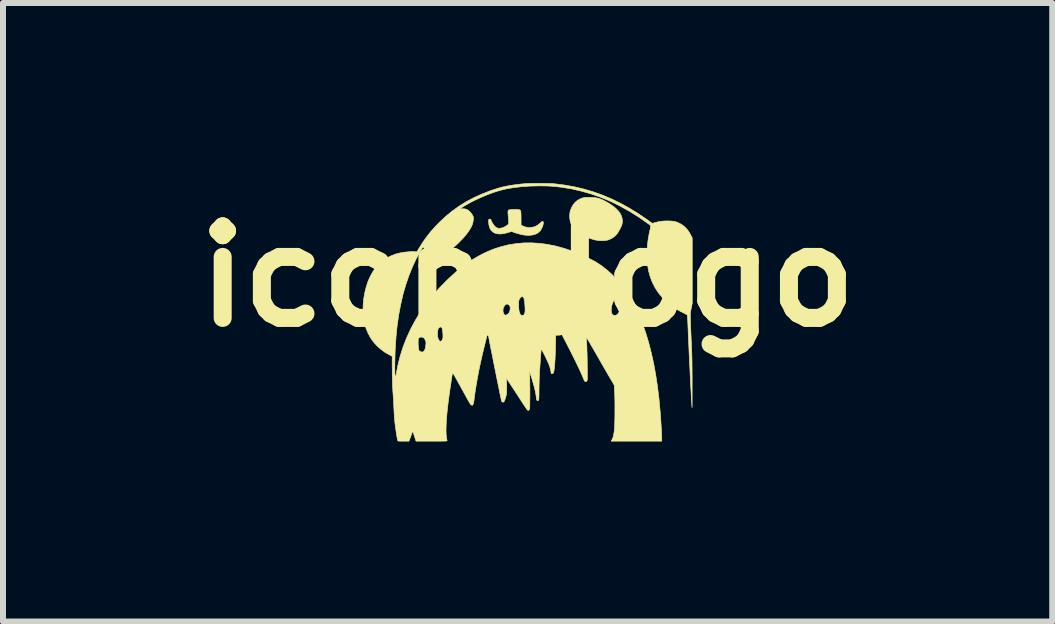
<source format=kicad_pcb>
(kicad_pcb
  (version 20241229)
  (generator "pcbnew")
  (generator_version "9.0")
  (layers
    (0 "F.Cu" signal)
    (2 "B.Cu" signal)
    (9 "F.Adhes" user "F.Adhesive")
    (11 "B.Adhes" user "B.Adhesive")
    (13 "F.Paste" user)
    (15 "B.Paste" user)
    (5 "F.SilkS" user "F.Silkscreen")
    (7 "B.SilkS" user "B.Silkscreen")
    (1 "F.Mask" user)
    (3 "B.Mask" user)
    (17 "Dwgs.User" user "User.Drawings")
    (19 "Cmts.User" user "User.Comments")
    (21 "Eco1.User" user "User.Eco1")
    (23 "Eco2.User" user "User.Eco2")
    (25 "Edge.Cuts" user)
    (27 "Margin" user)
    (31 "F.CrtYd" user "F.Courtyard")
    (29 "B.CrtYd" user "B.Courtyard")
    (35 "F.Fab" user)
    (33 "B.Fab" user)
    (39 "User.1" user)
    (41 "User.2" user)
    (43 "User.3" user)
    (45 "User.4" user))
  (footprint "icon_logo"
    (layer "F.Cu")
    (at 5.74 1.557)
    (property "Reference" "icon_logo" (at 0 0 0) (layer "F.SilkS") (effects (font (size 1.524 1.524) (thickness 0.3))))
    (attr through_hole)
    (fp_poly (pts (xy 1.077 -1.317) (xy 1.122 -1.314) (xy 1.163 -1.307) (xy 1.201 -1.296) (xy 1.238 -1.282) (xy 1.278 -1.263) (xy 1.279 -1.262) (xy 1.351 -1.222) (xy 1.413 -1.181) (xy 1.466 -1.139) (xy 1.508 -1.096) (xy 1.541 -1.053) (xy 1.564 -1.009) (xy 1.576 -0.963) (xy 1.58 -0.917) (xy 1.574 -0.874) (xy 1.569 -0.856) (xy 1.558 -0.832) (xy 1.545 -0.804) (xy 1.53 -0.775) (xy 1.514 -0.748) (xy 1.499 -0.724) (xy 1.487 -0.708) (xy 1.448 -0.667) (xy 1.403 -0.636) (xy 1.354 -0.614) (xy 1.333 -0.607) (xy 1.3 -0.601) (xy 1.261 -0.597) (xy 1.219 -0.597) (xy 1.179 -0.6) (xy 1.163 -0.602) (xy 1.118 -0.611) (xy 1.067 -0.626) (xy 1.012 -0.645) (xy 0.955 -0.669) (xy 0.933 -0.679) (xy 0.898 -0.695) (xy 0.871 -0.708) (xy 0.849 -0.721) (xy 0.831 -0.733) (xy 0.814 -0.747) (xy 0.796 -0.763) (xy 0.789 -0.77) (xy 0.757 -0.81) (xy 0.731 -0.856) (xy 0.713 -0.908) (xy 0.703 -0.964) (xy 0.701 -1.005) (xy 0.703 -1.046) (xy 0.708 -1.082) (xy 0.719 -1.116) (xy 0.734 -1.151) (xy 0.761 -1.198) (xy 0.793 -1.237) (xy 0.83 -1.268) (xy 0.874 -1.293) (xy 0.903 -1.304) (xy 0.918 -1.309) (xy 0.932 -1.313) (xy 0.947 -1.316) (xy 0.964 -1.317) (xy 0.985 -1.318) (xy 1.014 -1.318) (xy 1.024 -1.318) (xy 1.077 -1.317)) (stroke (width 0.01) (type solid)) (fill yes) (layer "F.SilkS"))
    (fp_poly (pts (xy -0.199 -1.117) (xy -0.173 -1.116) (xy -0.153 -1.115) (xy -0.15 -1.114) (xy -0.138 -1.112) (xy -0.129 -1.109) (xy -0.122 -1.104) (xy -0.117 -1.096) (xy -0.113 -1.082) (xy -0.111 -1.064) (xy -0.11 -1.038) (xy -0.109 -1.004) (xy -0.109 -0.971) (xy -0.108 -0.856) (xy -0.086 -0.845) (xy -0.038 -0.826) (xy 0.011 -0.816) (xy 0.059 -0.817) (xy 0.107 -0.827) (xy 0.131 -0.836) (xy 0.15 -0.846) (xy 0.173 -0.861) (xy 0.196 -0.878) (xy 0.216 -0.895) (xy 0.23 -0.909) (xy 0.242 -0.918) (xy 0.253 -0.917) (xy 0.259 -0.912) (xy 0.263 -0.9) (xy 0.262 -0.882) (xy 0.257 -0.859) (xy 0.249 -0.833) (xy 0.237 -0.807) (xy 0.224 -0.782) (xy 0.21 -0.761) (xy 0.199 -0.749) (xy 0.166 -0.723) (xy 0.125 -0.703) (xy 0.078 -0.691) (xy 0.025 -0.686) (xy -0.034 -0.688) (xy -0.076 -0.694) (xy -0.1 -0.699) (xy -0.128 -0.706) (xy -0.158 -0.714) (xy -0.189 -0.723) (xy -0.217 -0.732) (xy -0.239 -0.74) (xy -0.252 -0.745) (xy -0.261 -0.748) (xy -0.269 -0.749) (xy -0.28 -0.747) (xy -0.297 -0.742) (xy -0.306 -0.739) (xy -0.369 -0.721) (xy -0.425 -0.711) (xy -0.475 -0.709) (xy -0.519 -0.714) (xy -0.556 -0.728) (xy -0.588 -0.749) (xy -0.613 -0.778) (xy -0.625 -0.798) (xy -0.635 -0.823) (xy -0.643 -0.854) (xy -0.648 -0.888) (xy -0.65 -0.918) (xy -0.65 -0.936) (xy -0.648 -0.947) (xy -0.643 -0.953) (xy -0.64 -0.955) (xy -0.628 -0.957) (xy -0.617 -0.954) (xy -0.61 -0.946) (xy -0.61 -0.943) (xy -0.607 -0.932) (xy -0.599 -0.915) (xy -0.588 -0.895) (xy -0.576 -0.875) (xy -0.563 -0.856) (xy -0.551 -0.842) (xy -0.529 -0.822) (xy -0.508 -0.81) (xy -0.486 -0.804) (xy -0.46 -0.804) (xy -0.457 -0.804) (xy -0.425 -0.81) (xy -0.391 -0.823) (xy -0.357 -0.842) (xy -0.334 -0.859) (xy -0.323 -0.868) (xy -0.318 -0.876) (xy -0.315 -0.887) (xy -0.315 -0.904) (xy -0.315 -0.906) (xy -0.316 -0.923) (xy -0.317 -0.947) (xy -0.319 -0.975) (xy -0.322 -1.004) (xy -0.323 -1.01) (xy -0.326 -1.044) (xy -0.327 -1.069) (xy -0.326 -1.087) (xy -0.323 -1.099) (xy -0.317 -1.107) (xy -0.307 -1.111) (xy -0.297 -1.113) (xy -0.28 -1.115) (xy -0.256 -1.117) (xy -0.228 -1.117) (xy -0.199 -1.117)) (stroke (width 0.01) (type solid)) (fill yes) (layer "F.SilkS"))
    (fp_poly (pts (xy 0.235 -1.552) (xy 0.286 -1.551) (xy 0.333 -1.55) (xy 0.376 -1.549) (xy 0.413 -1.548) (xy 0.442 -1.546) (xy 0.45 -1.545) (xy 0.616 -1.524) (xy 0.779 -1.495) (xy 0.938 -1.457) (xy 1.094 -1.411) (xy 1.247 -1.357) (xy 1.398 -1.293) (xy 1.548 -1.22) (xy 1.697 -1.138) (xy 1.846 -1.046) (xy 1.995 -0.945) (xy 2.018 -0.928) (xy 2.078 -0.885) (xy 2.11 -0.895) (xy 2.171 -0.911) (xy 2.23 -0.921) (xy 2.293 -0.926) (xy 2.334 -0.926) (xy 2.38 -0.925) (xy 2.418 -0.922) (xy 2.451 -0.917) (xy 2.481 -0.908) (xy 2.512 -0.895) (xy 2.53 -0.887) (xy 2.58 -0.858) (xy 2.623 -0.823) (xy 2.661 -0.782) (xy 2.695 -0.734) (xy 2.721 -0.686) (xy 2.743 -0.641) (xy 2.743 0.446) (xy 2.727 0.527) (xy 2.72 0.558) (xy 2.716 0.583) (xy 2.713 0.604) (xy 2.712 0.626) (xy 2.711 0.651) (xy 2.711 0.681) (xy 2.711 0.693) (xy 2.712 0.715) (xy 2.713 0.746) (xy 2.714 0.784) (xy 2.716 0.829) (xy 2.718 0.878) (xy 2.72 0.931) (xy 2.723 0.986) (xy 2.725 1.041) (xy 2.726 1.059) (xy 2.729 1.112) (xy 2.731 1.161) (xy 2.733 1.206) (xy 2.734 1.249) (xy 2.736 1.29) (xy 2.737 1.333) (xy 2.738 1.376) (xy 2.739 1.422) (xy 2.739 1.472) (xy 2.74 1.527) (xy 2.74 1.588) (xy 2.741 1.656) (xy 2.741 1.732) (xy 2.741 1.768) (xy 2.741 1.833) (xy 2.741 1.894) (xy 2.741 1.951) (xy 2.741 2.004) (xy 2.741 2.052) (xy 2.741 2.093) (xy 2.741 2.128) (xy 2.741 2.155) (xy 2.741 2.173) (xy 2.74 2.183) (xy 2.74 2.184) (xy 2.739 2.172) (xy 2.737 2.151) (xy 2.735 2.12) (xy 2.733 2.082) (xy 2.73 2.036) (xy 2.727 1.984) (xy 2.724 1.926) (xy 2.72 1.862) (xy 2.717 1.795) (xy 2.713 1.723) (xy 2.709 1.648) (xy 2.706 1.571) (xy 2.702 1.492) (xy 2.698 1.412) (xy 2.694 1.332) (xy 2.69 1.252) (xy 2.687 1.174) (xy 2.683 1.097) (xy 2.68 1.023) (xy 2.68 1.013) (xy 2.677 0.957) (xy 2.675 0.903) (xy 2.673 0.852) (xy 2.671 0.806) (xy 2.669 0.764) (xy 2.667 0.729) (xy 2.665 0.701) (xy 2.664 0.681) (xy 2.663 0.671) (xy 2.659 0.638) (xy 2.588 0.602) (xy 2.559 0.587) (xy 2.529 0.571) (xy 2.502 0.555) (xy 2.479 0.542) (xy 2.474 0.539) (xy 2.387 0.479) (xy 2.308 0.414) (xy 2.238 0.343) (xy 2.176 0.267) (xy 2.124 0.186) (xy 2.079 0.099) (xy 2.044 0.008) (xy 2.017 -0.089) (xy 1.999 -0.191) (xy 1.99 -0.298) (xy 1.989 -0.411) (xy 1.997 -0.528) (xy 2.009 -0.622) (xy 2.015 -0.656) (xy 2.021 -0.691) (xy 2.027 -0.724) (xy 2.033 -0.753) (xy 2.035 -0.759) (xy 2.042 -0.79) (xy 2.047 -0.813) (xy 2.05 -0.83) (xy 2.049 -0.841) (xy 2.045 -0.851) (xy 2.037 -0.859) (xy 2.025 -0.869) (xy 2.008 -0.881) (xy 2.005 -0.883) (xy 1.853 -0.99) (xy 1.699 -1.086) (xy 1.543 -1.173) (xy 1.385 -1.251) (xy 1.225 -1.318) (xy 1.063 -1.375) (xy 0.899 -1.422) (xy 0.734 -1.46) (xy 0.567 -1.487) (xy 0.558 -1.488) (xy 0.499 -1.495) (xy 0.444 -1.501) (xy 0.392 -1.505) (xy 0.338 -1.508) (xy 0.281 -1.509) (xy 0.217 -1.51) (xy 0.193 -1.51) (xy 0.048 -1.507) (xy -0.091 -1.498) (xy -0.226 -1.482) (xy -0.328 -1.466) (xy -0.4 -1.45) (xy -0.479 -1.429) (xy -0.562 -1.403) (xy -0.647 -1.372) (xy -0.734 -1.337) (xy -0.82 -1.299) (xy -0.904 -1.259) (xy -0.983 -1.217) (xy -1.041 -1.184) (xy -1.072 -1.165) (xy -1.094 -1.151) (xy -1.109 -1.142) (xy -1.116 -1.135) (xy -1.117 -1.131) (xy -1.111 -1.129) (xy -1.099 -1.128) (xy -1.082 -1.128) (xy -1.081 -1.129) (xy -1.056 -1.128) (xy -1.036 -1.125) (xy -1.019 -1.12) (xy -1.012 -1.118) (xy -0.988 -1.103) (xy -0.963 -1.081) (xy -0.939 -1.054) (xy -0.92 -1.025) (xy -0.916 -1.018) (xy -0.909 -1.003) (xy -0.904 -0.991) (xy -0.903 -0.979) (xy -0.903 -0.963) (xy -0.904 -0.947) (xy -0.91 -0.907) (xy -0.921 -0.867) (xy -0.938 -0.828) (xy -0.961 -0.787) (xy -0.99 -0.743) (xy -1.026 -0.696) (xy -1.07 -0.644) (xy -1.081 -0.632) (xy -1.155 -0.556) (xy -1.229 -0.489) (xy -1.304 -0.433) (xy -1.319 -0.423) (xy -1.365 -0.396) (xy -1.408 -0.376) (xy -1.448 -0.363) (xy -1.489 -0.357) (xy -1.527 -0.357) (xy -1.551 -0.358) (xy -1.57 -0.361) (xy -1.588 -0.366) (xy -1.608 -0.375) (xy -1.612 -0.377) (xy -1.648 -0.399) (xy -1.683 -0.426) (xy -1.714 -0.458) (xy -1.725 -0.473) (xy -1.734 -0.485) (xy -1.741 -0.489) (xy -1.745 -0.487) (xy -1.751 -0.481) (xy -1.759 -0.468) (xy -1.771 -0.449) (xy -1.782 -0.43) (xy -1.855 -0.297) (xy -1.92 -0.157) (xy -1.979 -0.011) (xy -2.031 0.142) (xy -2.077 0.302) (xy -2.115 0.469) (xy -2.148 0.644) (xy -2.174 0.826) (xy -2.189 0.973) (xy -2.193 1.024) (xy -2.197 1.078) (xy -2.201 1.135) (xy -2.204 1.193) (xy -2.207 1.251) (xy -2.209 1.309) (xy -2.21 1.366) (xy -2.212 1.42) (xy -2.212 1.472) (xy -2.213 1.519) (xy -2.212 1.562) (xy -2.212 1.599) (xy -2.21 1.629) (xy -2.208 1.652) (xy -2.205 1.667) (xy -2.202 1.672) (xy -2.199 1.668) (xy -2.195 1.656) (xy -2.193 1.648) (xy -2.163 1.487) (xy -2.124 1.33) (xy -2.075 1.175) (xy -2.041 1.087) (xy -1.823 1.087) (xy -1.823 1.097) (xy -1.823 1.129) (xy -1.821 1.16) (xy -1.818 1.188) (xy -1.814 1.212) (xy -1.81 1.23) (xy -1.805 1.24) (xy -1.805 1.24) (xy -1.798 1.244) (xy -1.784 1.25) (xy -1.77 1.256) (xy -1.758 1.259) (xy -1.755 1.259) (xy -1.747 1.257) (xy -1.736 1.25) (xy -1.735 1.249) (xy -1.721 1.235) (xy -1.711 1.215) (xy -1.703 1.19) (xy -1.698 1.155) (xy -1.697 1.149) (xy -1.694 1.123) (xy -1.693 1.105) (xy -1.694 1.092) (xy -1.697 1.079) (xy -1.699 1.071) (xy -1.713 1.043) (xy -1.73 1.022) (xy -1.751 1.011) (xy -1.774 1.008) (xy -1.786 1.01) (xy -1.801 1.015) (xy -1.811 1.021) (xy -1.817 1.029) (xy -1.821 1.042) (xy -1.823 1.06) (xy -1.823 1.087) (xy -2.041 1.087) (xy -2.016 1.023) (xy -1.986 0.958) (xy -1.502 0.958) (xy -1.5 0.994) (xy -1.493 1.026) (xy -1.483 1.052) (xy -1.481 1.055) (xy -1.469 1.072) (xy -1.461 1.082) (xy -1.454 1.084) (xy -1.446 1.08) (xy -1.434 1.07) (xy -1.432 1.068) (xy -1.421 1.055) (xy -1.414 1.037) (xy -1.41 1.013) (xy -1.41 0.982) (xy -1.412 0.943) (xy -1.412 0.942) (xy -1.416 0.905) (xy -1.42 0.877) (xy -1.426 0.858) (xy -1.434 0.846) (xy -1.444 0.841) (xy -1.456 0.842) (xy -1.466 0.846) (xy -1.476 0.851) (xy -1.484 0.86) (xy -1.49 0.873) (xy -1.495 0.892) (xy -1.499 0.919) (xy -1.499 0.921) (xy -1.502 0.958) (xy -1.986 0.958) (xy -1.948 0.874) (xy -1.87 0.729) (xy -1.783 0.589) (xy -1.772 0.572) (xy -0.41 0.572) (xy -0.405 0.602) (xy -0.394 0.625) (xy -0.383 0.639) (xy -0.372 0.645) (xy -0.36 0.642) (xy -0.357 0.641) (xy -0.345 0.635) (xy -0.335 0.63) (xy -0.318 0.617) (xy -0.304 0.596) (xy -0.295 0.569) (xy -0.29 0.539) (xy -0.291 0.512) (xy -0.295 0.494) (xy -0.302 0.481) (xy -0.311 0.472) (xy -0.33 0.46) (xy -0.348 0.459) (xy -0.367 0.468) (xy -0.38 0.481) (xy -0.398 0.509) (xy -0.408 0.54) (xy -0.41 0.572) (xy -1.772 0.572) (xy -1.691 0.456) (xy -1.678 0.44) (xy -0.149 0.44) (xy -0.149 0.465) (xy -0.148 0.483) (xy -0.148 0.516) (xy -0.146 0.542) (xy -0.144 0.561) (xy -0.141 0.577) (xy -0.137 0.591) (xy -0.137 0.592) (xy -0.128 0.617) (xy -0.119 0.633) (xy -0.11 0.642) (xy -0.099 0.646) (xy -0.098 0.647) (xy -0.087 0.648) (xy -0.081 0.649) (xy -0.075 0.647) (xy -0.065 0.641) (xy -0.065 0.64) (xy -0.056 0.631) (xy -0.049 0.618) (xy -0.045 0.6) (xy -0.043 0.583) (xy 1.394 0.583) (xy 1.4 0.611) (xy 1.412 0.631) (xy 1.429 0.643) (xy 1.443 0.648) (xy 1.454 0.649) (xy 1.467 0.647) (xy 1.478 0.642) (xy 1.497 0.63) (xy 1.514 0.609) (xy 1.53 0.582) (xy 1.543 0.55) (xy 1.554 0.515) (xy 1.561 0.479) (xy 1.563 0.444) (xy 1.561 0.411) (xy 1.56 0.404) (xy 1.556 0.386) (xy 1.554 0.37) (xy 1.553 0.363) (xy 1.547 0.348) (xy 1.536 0.341) (xy 1.518 0.341) (xy 1.494 0.349) (xy 1.493 0.35) (xy 1.47 0.363) (xy 1.45 0.381) (xy 1.433 0.407) (xy 1.425 0.422) (xy 1.413 0.448) (xy 1.405 0.476) (xy 1.398 0.507) (xy 1.394 0.544) (xy 1.394 0.547) (xy 1.394 0.583) (xy -0.043 0.583) (xy -0.042 0.576) (xy -0.042 0.546) (xy -0.043 0.508) (xy -0.046 0.462) (xy -0.05 0.422) (xy -0.054 0.396) (xy -0.059 0.372) (xy -0.066 0.353) (xy -0.074 0.34) (xy -0.082 0.335) (xy -0.082 0.335) (xy -0.103 0.339) (xy -0.12 0.351) (xy -0.134 0.372) (xy -0.136 0.375) (xy -0.141 0.387) (xy -0.145 0.397) (xy -0.147 0.407) (xy -0.148 0.421) (xy -0.149 0.44) (xy -1.678 0.44) (xy -1.584 0.32) (xy -1.467 0.188) (xy -1.341 0.059) (xy -1.207 -0.065) (xy -1.14 -0.122) (xy -1.072 -0.177) (xy -0.996 -0.231) (xy -0.915 -0.283) (xy -0.831 -0.333) (xy -0.747 -0.378) (xy -0.664 -0.417) (xy -0.585 -0.45) (xy -0.576 -0.454) (xy -0.45 -0.495) (xy -0.323 -0.527) (xy -0.195 -0.548) (xy -0.065 -0.56) (xy 0.066 -0.561) (xy 0.199 -0.553) (xy 0.334 -0.535) (xy 0.471 -0.507) (xy 0.61 -0.469) (xy 0.751 -0.421) (xy 0.823 -0.393) (xy 0.857 -0.379) (xy 0.896 -0.361) (xy 0.939 -0.342) (xy 0.982 -0.321) (xy 1.025 -0.3) (xy 1.066 -0.28) (xy 1.101 -0.262) (xy 1.13 -0.246) (xy 1.14 -0.24) (xy 1.236 -0.177) (xy 1.327 -0.105) (xy 1.416 -0.025) (xy 1.5 0.065) (xy 1.579 0.162) (xy 1.654 0.267) (xy 1.722 0.376) (xy 1.79 0.502) (xy 1.854 0.638) (xy 1.913 0.782) (xy 1.967 0.935) (xy 2.016 1.097) (xy 2.06 1.268) (xy 2.1 1.447) (xy 2.134 1.635) (xy 2.164 1.832) (xy 2.189 2.038) (xy 2.209 2.252) (xy 2.217 2.362) (xy 2.22 2.408) (xy 2.223 2.456) (xy 2.226 2.504) (xy 2.229 2.551) (xy 2.231 2.596) (xy 2.233 2.636) (xy 2.234 2.67) (xy 2.235 2.697) (xy 2.235 2.713) (xy 2.235 2.743) (xy 1.392 2.743) (xy 1.407 2.717) (xy 1.418 2.694) (xy 1.427 2.667) (xy 1.434 2.634) (xy 1.441 2.594) (xy 1.446 2.548) (xy 1.45 2.494) (xy 1.452 2.432) (xy 1.454 2.361) (xy 1.455 2.296) (xy 1.455 2.209) (xy 1.455 2.132) (xy 1.454 2.062) (xy 1.453 2) (xy 1.451 1.943) (xy 1.448 1.892) (xy 1.448 1.877) (xy 1.444 1.811) (xy 1.37 1.684) (xy 1.353 1.656) (xy 1.332 1.62) (xy 1.308 1.577) (xy 1.28 1.53) (xy 1.251 1.48) (xy 1.221 1.427) (xy 1.19 1.372) (xy 1.159 1.318) (xy 1.139 1.284) (xy 1.112 1.236) (xy 1.085 1.191) (xy 1.061 1.149) (xy 1.04 1.112) (xy 1.021 1.08) (xy 1.005 1.053) (xy 0.993 1.033) (xy 0.985 1.021) (xy 0.981 1.016) (xy 0.981 1.016) (xy 0.981 1.022) (xy 0.981 1.037) (xy 0.982 1.059) (xy 0.983 1.086) (xy 0.985 1.118) (xy 0.985 1.129) (xy 0.987 1.157) (xy 0.988 1.194) (xy 0.989 1.237) (xy 0.991 1.286) (xy 0.992 1.338) (xy 0.993 1.392) (xy 0.994 1.447) (xy 0.994 1.482) (xy 0.995 1.538) (xy 0.995 1.586) (xy 0.996 1.625) (xy 0.996 1.656) (xy 0.995 1.681) (xy 0.995 1.7) (xy 0.994 1.714) (xy 0.993 1.724) (xy 0.992 1.731) (xy 0.99 1.736) (xy 0.988 1.74) (xy 0.979 1.75) (xy 0.966 1.752) (xy 0.961 1.751) (xy 0.956 1.748) (xy 0.951 1.743) (xy 0.946 1.734) (xy 0.939 1.72) (xy 0.93 1.699) (xy 0.919 1.671) (xy 0.904 1.637) (xy 0.885 1.594) (xy 0.862 1.544) (xy 0.835 1.488) (xy 0.805 1.425) (xy 0.771 1.357) (xy 0.735 1.285) (xy 0.697 1.209) (xy 0.656 1.13) (xy 0.614 1.048) (xy 0.571 0.965) (xy 0.527 0.882) (xy 0.526 0.881) (xy 0.475 0.783) (xy 0.474 0.807) (xy 0.474 0.817) (xy 0.473 0.836) (xy 0.472 0.862) (xy 0.471 0.896) (xy 0.471 0.935) (xy 0.47 0.979) (xy 0.468 1.026) (xy 0.467 1.073) (xy 0.466 1.153) (xy 0.464 1.223) (xy 0.462 1.286) (xy 0.459 1.34) (xy 0.457 1.389) (xy 0.454 1.431) (xy 0.451 1.469) (xy 0.448 1.503) (xy 0.445 1.534) (xy 0.444 1.536) (xy 0.44 1.567) (xy 0.435 1.589) (xy 0.43 1.605) (xy 0.424 1.613) (xy 0.415 1.617) (xy 0.409 1.618) (xy 0.401 1.618) (xy 0.396 1.615) (xy 0.393 1.608) (xy 0.39 1.596) (xy 0.388 1.578) (xy 0.383 1.554) (xy 0.376 1.525) (xy 0.368 1.498) (xy 0.365 1.489) (xy 0.358 1.471) (xy 0.349 1.449) (xy 0.337 1.422) (xy 0.323 1.393) (xy 0.309 1.362) (xy 0.294 1.331) (xy 0.279 1.3) (xy 0.264 1.273) (xy 0.252 1.249) (xy 0.241 1.23) (xy 0.234 1.217) (xy 0.229 1.212) (xy 0.229 1.212) (xy 0.227 1.218) (xy 0.225 1.233) (xy 0.223 1.255) (xy 0.221 1.283) (xy 0.218 1.315) (xy 0.216 1.339) (xy 0.213 1.382) (xy 0.21 1.432) (xy 0.206 1.483) (xy 0.203 1.532) (xy 0.2 1.575) (xy 0.2 1.577) (xy 0.198 1.612) (xy 0.196 1.655) (xy 0.194 1.703) (xy 0.193 1.754) (xy 0.191 1.806) (xy 0.191 1.855) (xy 0.19 1.873) (xy 0.19 1.923) (xy 0.19 1.963) (xy 0.189 1.995) (xy 0.188 2.02) (xy 0.187 2.038) (xy 0.185 2.051) (xy 0.182 2.06) (xy 0.179 2.065) (xy 0.174 2.067) (xy 0.169 2.068) (xy 0.168 2.068) (xy 0.16 2.066) (xy 0.154 2.06) (xy 0.149 2.049) (xy 0.146 2.03) (xy 0.143 2.004) (xy 0.142 1.996) (xy 0.138 1.963) (xy 0.13 1.922) (xy 0.12 1.874) (xy 0.106 1.82) (xy 0.089 1.762) (xy 0.071 1.699) (xy 0.05 1.634) (xy 0.041 1.608) (xy 0.031 1.577) (xy 0.035 1.643) (xy 0.035 1.662) (xy 0.036 1.69) (xy 0.036 1.725) (xy 0.037 1.766) (xy 0.037 1.811) (xy 0.038 1.861) (xy 0.038 1.912) (xy 0.038 1.957) (xy 0.038 2.014) (xy 0.037 2.061) (xy 0.037 2.101) (xy 0.037 2.132) (xy 0.036 2.158) (xy 0.036 2.177) (xy 0.035 2.191) (xy 0.033 2.202) (xy 0.032 2.209) (xy 0.03 2.214) (xy 0.029 2.217) (xy 0.018 2.228) (xy 0.006 2.229) (xy -0.007 2.219) (xy -0.012 2.214) (xy -0.017 2.206) (xy -0.027 2.191) (xy -0.041 2.17) (xy -0.06 2.142) (xy -0.081 2.109) (xy -0.106 2.071) (xy -0.133 2.03) (xy -0.161 1.986) (xy -0.183 1.953) (xy -0.212 1.908) (xy -0.24 1.866) (xy -0.266 1.826) (xy -0.289 1.791) (xy -0.309 1.761) (xy -0.326 1.736) (xy -0.338 1.717) (xy -0.346 1.705) (xy -0.349 1.702) (xy -0.353 1.699) (xy -0.354 1.702) (xy -0.353 1.714) (xy -0.352 1.72) (xy -0.351 1.733) (xy -0.35 1.754) (xy -0.349 1.781) (xy -0.348 1.812) (xy -0.348 1.845) (xy -0.348 1.847) (xy -0.348 1.883) (xy -0.349 1.911) (xy -0.35 1.933) (xy -0.351 1.951) (xy -0.354 1.967) (xy -0.358 1.984) (xy -0.36 1.994) (xy -0.367 2.018) (xy -0.375 2.042) (xy -0.382 2.062) (xy -0.384 2.066) (xy -0.391 2.082) (xy -0.398 2.09) (xy -0.405 2.093) (xy -0.41 2.093) (xy -0.421 2.091) (xy -0.429 2.083) (xy -0.433 2.076) (xy -0.435 2.069) (xy -0.439 2.052) (xy -0.444 2.027) (xy -0.451 1.995) (xy -0.46 1.954) (xy -0.469 1.907) (xy -0.48 1.855) (xy -0.492 1.796) (xy -0.505 1.734) (xy -0.518 1.667) (xy -0.532 1.596) (xy -0.547 1.523) (xy -0.562 1.448) (xy -0.577 1.372) (xy -0.592 1.295) (xy -0.608 1.218) (xy -0.623 1.142) (xy -0.637 1.067) (xy -0.651 0.993) (xy -0.654 0.981) (xy -0.658 0.96) (xy -0.662 0.948) (xy -0.665 0.945) (xy -0.666 0.948) (xy -0.669 0.956) (xy -0.673 0.973) (xy -0.68 0.997) (xy -0.688 1.028) (xy -0.696 1.063) (xy -0.706 1.102) (xy -0.716 1.144) (xy -0.727 1.187) (xy -0.737 1.23) (xy -0.747 1.272) (xy -0.757 1.312) (xy -0.765 1.348) (xy -0.772 1.38) (xy -0.774 1.388) (xy -0.804 1.525) (xy -0.83 1.659) (xy -0.853 1.789) (xy -0.873 1.912) (xy -0.886 2.009) (xy -0.891 2.045) (xy -0.894 2.072) (xy -0.898 2.093) (xy -0.901 2.108) (xy -0.904 2.119) (xy -0.908 2.127) (xy -0.912 2.135) (xy -0.913 2.137) (xy -0.919 2.145) (xy -0.925 2.145) (xy -0.935 2.141) (xy -0.939 2.139) (xy -0.943 2.136) (xy -0.947 2.132) (xy -0.952 2.126) (xy -0.958 2.118) (xy -0.965 2.106) (xy -0.975 2.09) (xy -0.987 2.069) (xy -1.002 2.043) (xy -1.02 2.01) (xy -1.041 1.971) (xy -1.067 1.924) (xy -1.097 1.87) (xy -1.099 1.867) (xy -1.129 1.812) (xy -1.155 1.765) (xy -1.177 1.725) (xy -1.195 1.693) (xy -1.209 1.667) (xy -1.221 1.647) (xy -1.23 1.631) (xy -1.237 1.621) (xy -1.242 1.614) (xy -1.245 1.611) (xy -1.248 1.61) (xy -1.249 1.611) (xy -1.25 1.613) (xy -1.25 1.613) (xy -1.253 1.622) (xy -1.256 1.64) (xy -1.261 1.665) (xy -1.266 1.698) (xy -1.272 1.736) (xy -1.278 1.779) (xy -1.285 1.825) (xy -1.292 1.873) (xy -1.3 1.923) (xy -1.307 1.973) (xy -1.313 2.022) (xy -1.319 2.069) (xy -1.325 2.113) (xy -1.328 2.139) (xy -1.337 2.219) (xy -1.345 2.297) (xy -1.351 2.371) (xy -1.355 2.44) (xy -1.358 2.504) (xy -1.359 2.561) (xy -1.358 2.611) (xy -1.355 2.653) (xy -1.351 2.686) (xy -1.35 2.692) (xy -1.346 2.711) (xy -1.343 2.727) (xy -1.341 2.736) (xy -1.341 2.737) (xy -1.343 2.738) (xy -1.35 2.74) (xy -1.361 2.741) (xy -1.379 2.741) (xy -1.402 2.742) (xy -1.434 2.743) (xy -1.473 2.743) (xy -1.52 2.743) (xy -1.577 2.743) (xy -1.6 2.743) (xy -1.859 2.743) (xy -1.886 2.659) (xy -1.896 2.628) (xy -1.903 2.606) (xy -1.909 2.592) (xy -1.914 2.586) (xy -1.918 2.588) (xy -1.923 2.598) (xy -1.929 2.613) (xy -1.933 2.625) (xy -1.94 2.647) (xy -1.95 2.673) (xy -1.959 2.698) (xy -1.961 2.701) (xy -1.977 2.743) (xy -2.068 2.743) (xy -2.101 2.743) (xy -2.125 2.743) (xy -2.141 2.742) (xy -2.152 2.741) (xy -2.159 2.739) (xy -2.162 2.736) (xy -2.163 2.734) (xy -2.166 2.726) (xy -2.17 2.708) (xy -2.174 2.684) (xy -2.18 2.653) (xy -2.185 2.619) (xy -2.191 2.582) (xy -2.196 2.543) (xy -2.202 2.505) (xy -2.206 2.469) (xy -2.21 2.441) (xy -2.215 2.388) (xy -2.22 2.328) (xy -2.224 2.262) (xy -2.228 2.192) (xy -2.231 2.121) (xy -2.232 2.101) (xy -2.233 2.074) (xy -2.235 2.042) (xy -2.238 2.009) (xy -2.239 1.984) (xy -2.244 1.922) (xy -2.248 1.852) (xy -2.251 1.776) (xy -2.253 1.694) (xy -2.255 1.609) (xy -2.255 1.523) (xy -2.256 1.504) (xy -2.256 1.328) (xy -2.295 1.309) (xy -2.373 1.265) (xy -2.444 1.213) (xy -2.509 1.155) (xy -2.567 1.091) (xy -2.617 1.02) (xy -2.658 0.945) (xy -2.691 0.865) (xy -2.696 0.848) (xy -2.719 0.761) (xy -2.734 0.669) (xy -2.741 0.573) (xy -2.74 0.474) (xy -2.731 0.374) (xy -2.714 0.274) (xy -2.689 0.174) (xy -2.659 0.082) (xy -2.622 -0.002) (xy -2.579 -0.079) (xy -2.53 -0.149) (xy -2.474 -0.21) (xy -2.411 -0.264) (xy -2.343 -0.31) (xy -2.269 -0.347) (xy -2.19 -0.377) (xy -2.111 -0.396) (xy -2.08 -0.401) (xy -2.044 -0.406) (xy -2.005 -0.41) (xy -1.967 -0.413) (xy -1.931 -0.415) (xy -1.901 -0.415) (xy -1.878 -0.414) (xy -1.876 -0.414) (xy -1.845 -0.411) (xy -1.799 -0.486) (xy -1.74 -0.579) (xy -1.68 -0.664) (xy -1.616 -0.745) (xy -1.546 -0.824) (xy -1.469 -0.904) (xy -1.469 -0.904) (xy -1.366 -1) (xy -1.258 -1.089) (xy -1.145 -1.17) (xy -1.026 -1.244) (xy -0.9 -1.311) (xy -0.768 -1.371) (xy -0.628 -1.426) (xy -0.495 -1.47) (xy -0.45 -1.483) (xy -0.403 -1.495) (xy -0.354 -1.505) (xy -0.301 -1.515) (xy -0.243 -1.524) (xy -0.178 -1.533) (xy -0.105 -1.541) (xy -0.064 -1.545) (xy -0.038 -1.547) (xy -0.004 -1.549) (xy 0.036 -1.55) (xy 0.082 -1.551) (xy 0.132 -1.552) (xy 0.183 -1.552) (xy 0.235 -1.552)) (stroke (width 0.01) (type solid)) (fill yes) (layer "F.SilkS")))
  (gr_rect
    (start -3 -3)
    (end 14.481 7.305)
    (stroke (width 0.1) (type default))
    (fill no)
    (layer "Edge.Cuts")))
</source>
